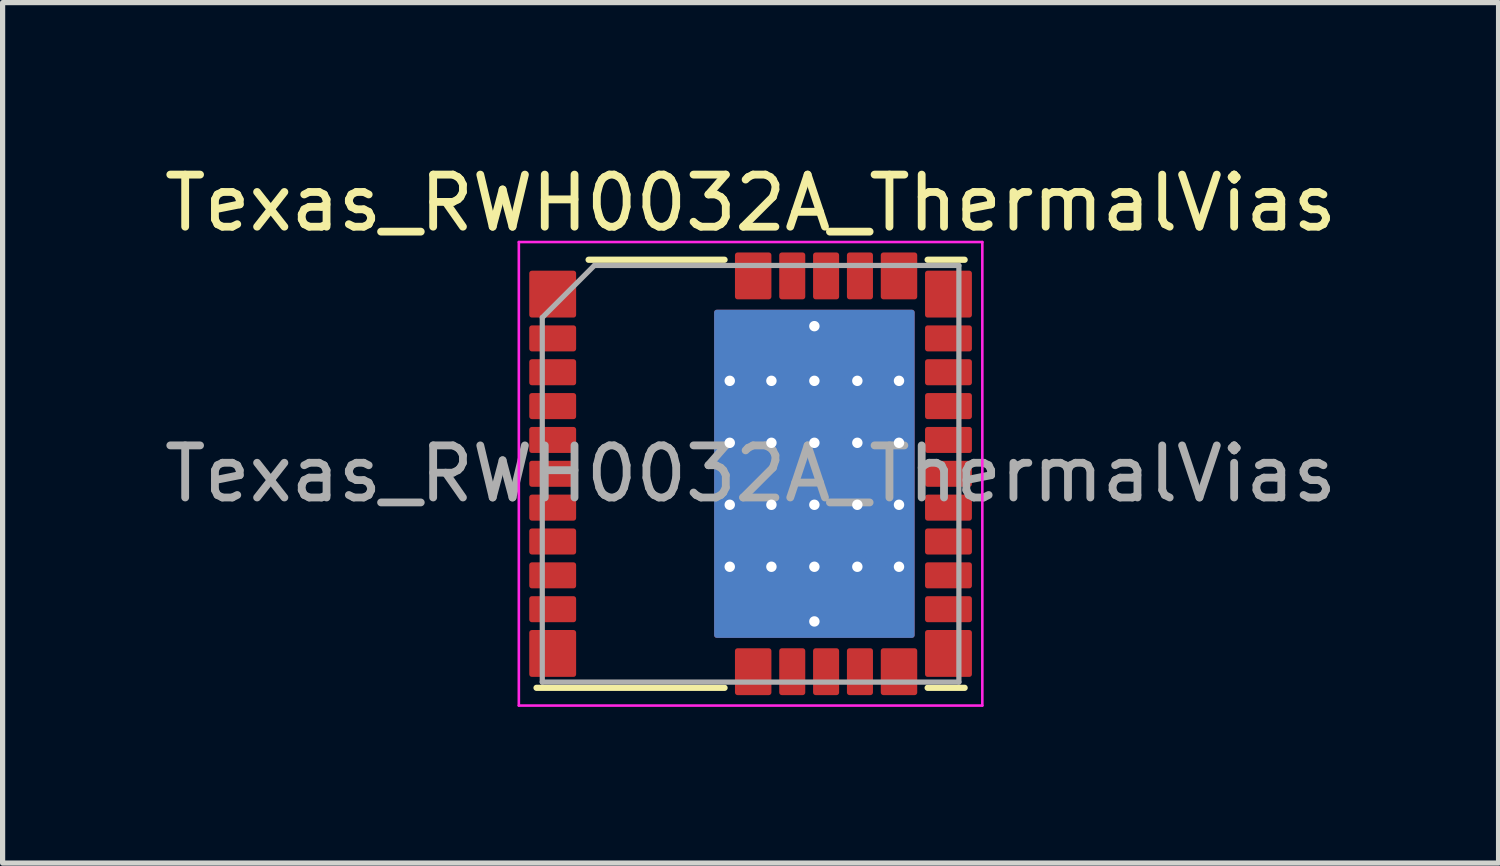
<source format=kicad_pcb>
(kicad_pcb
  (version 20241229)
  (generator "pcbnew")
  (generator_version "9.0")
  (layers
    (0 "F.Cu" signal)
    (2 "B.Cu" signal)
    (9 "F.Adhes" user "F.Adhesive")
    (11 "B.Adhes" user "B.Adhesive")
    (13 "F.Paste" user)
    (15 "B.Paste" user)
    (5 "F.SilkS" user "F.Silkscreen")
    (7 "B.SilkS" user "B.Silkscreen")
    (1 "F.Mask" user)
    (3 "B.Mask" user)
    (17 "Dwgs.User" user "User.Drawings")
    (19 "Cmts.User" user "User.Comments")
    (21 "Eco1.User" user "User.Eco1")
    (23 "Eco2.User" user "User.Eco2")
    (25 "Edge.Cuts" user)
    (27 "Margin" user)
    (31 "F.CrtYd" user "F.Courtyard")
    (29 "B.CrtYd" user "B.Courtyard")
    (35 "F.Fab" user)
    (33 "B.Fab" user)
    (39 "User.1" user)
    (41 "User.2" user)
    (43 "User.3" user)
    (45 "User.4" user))
  (footprint "Texas_RWH0032A_ThermalVias"
    (layer "F.Cu")
    (at 11.363 6.048)
    (property "Reference" "Texas_RWH0032A_ThermalVias" (at 0 -5.2 0) (layer "F.SilkS") (effects (font (size 1 1) (thickness 0.15))))
    (attr smd)
    (fp_line (start -3.11 -4.11) (end -0.5 -4.11) (stroke (width 0.12) (type solid)) (layer "F.SilkS"))
    (fp_line (start -0.5 4.11) (end -4.11 4.11) (stroke (width 0.12) (type solid)) (layer "F.SilkS"))
    (fp_line (start 3.4 -4.11) (end 4.11 -4.11) (stroke (width 0.12) (type solid)) (layer "F.SilkS"))
    (fp_line (start 4.11 4.11) (end 3.4 4.11) (stroke (width 0.12) (type solid)) (layer "F.SilkS"))
    (fp_line (start -4.45 -4.45) (end 4.45 -4.45) (stroke (width 0.05) (type solid)) (layer "F.CrtYd"))
    (fp_line (start -4.45 4.45) (end -4.45 -4.45) (stroke (width 0.05) (type solid)) (layer "F.CrtYd"))
    (fp_line (start 4.45 -4.45) (end 4.45 4.45) (stroke (width 0.05) (type solid)) (layer "F.CrtYd"))
    (fp_line (start 4.45 4.45) (end -4.45 4.45) (stroke (width 0.05) (type solid)) (layer "F.CrtYd"))
    (fp_line (start -4 4) (end -4 -3) (stroke (width 0.1) (type solid)) (layer "F.Fab"))
    (fp_line (start -3 -4) (end -4 -3) (stroke (width 0.1) (type solid)) (layer "F.Fab"))
    (fp_line (start -3 -4) (end 4 -4) (stroke (width 0.1) (type solid)) (layer "F.Fab"))
    (fp_line (start 4 -4) (end 4 4) (stroke (width 0.1) (type solid)) (layer "F.Fab"))
    (fp_line (start 4 4) (end -4 4) (stroke (width 0.1) (type solid)) (layer "F.Fab"))
    (fp_text user "${REFERENCE}" (at 0 0 0) (layer "F.Fab") (effects (font (size 1 1) (thickness 0.15))))
    (pad "" smd roundrect (at -3.8 -2.6) (size 0.76 0.4) (layers "F.Paste") (roundrect_rratio 0.125))
    (pad "" smd roundrect (at -3.8 -1.95) (size 0.76 0.4) (layers "F.Paste") (roundrect_rratio 0.125))
    (pad "" smd roundrect (at -3.8 -1.3) (size 0.76 0.4) (layers "F.Paste") (roundrect_rratio 0.125))
    (pad "" smd roundrect (at -3.8 -0.65) (size 0.76 0.4) (layers "F.Paste") (roundrect_rratio 0.125))
    (pad "" smd roundrect (at -3.8 0) (size 0.76 0.4) (layers "F.Paste") (roundrect_rratio 0.125))
    (pad "" smd roundrect (at -3.8 0.65) (size 0.76 0.4) (layers "F.Paste") (roundrect_rratio 0.125))
    (pad "" smd roundrect (at -3.8 1.3) (size 0.76 0.4) (layers "F.Paste") (roundrect_rratio 0.125))
    (pad "" smd roundrect (at -3.8 1.95) (size 0.76 0.4) (layers "F.Paste") (roundrect_rratio 0.125))
    (pad "" smd roundrect (at -3.8 2.6) (size 0.76 0.4) (layers "F.Paste") (roundrect_rratio 0.125))
    (pad "" smd roundrect (at 0.05 -3.8) (size 0.6 0.76) (layers "F.Paste") (roundrect_rratio 0.084))
    (pad "" smd roundrect (at 0.05 3.8) (size 0.6 0.76) (layers "F.Paste") (roundrect_rratio 0.084))
    (pad "" smd roundrect (at 0.325 -2.38) (size 1.6 0.99) (layers "F.Paste") (roundrect_rratio 0.051))
    (pad "" smd roundrect (at 0.325 -1.19) (size 1.6 0.99) (layers "F.Paste") (roundrect_rratio 0.051))
    (pad "" smd roundrect (at 0.325 0) (size 1.6 0.99) (layers "F.Paste") (roundrect_rratio 0.051))
    (pad "" smd roundrect (at 0.325 1.19) (size 1.6 0.99) (layers "F.Paste") (roundrect_rratio 0.051))
    (pad "" smd roundrect (at 0.325 2.38) (size 1.6 0.99) (layers "F.Paste") (roundrect_rratio 0.051))
    (pad "" smd roundrect (at 0.8 -3.8) (size 0.4 0.76) (layers "F.Paste") (roundrect_rratio 0.125))
    (pad "" smd roundrect (at 0.8 3.8) (size 0.4 0.76) (layers "F.Paste") (roundrect_rratio 0.125))
    (pad "" smd roundrect (at 1.45 -3.8) (size 0.4 0.76) (layers "F.Paste") (roundrect_rratio 0.125))
    (pad "" smd roundrect (at 1.45 3.8) (size 0.4 0.76) (layers "F.Paste") (roundrect_rratio 0.125))
    (pad "" smd roundrect (at 2.1 -3.8) (size 0.4 0.76) (layers "F.Paste") (roundrect_rratio 0.125))
    (pad "" smd roundrect (at 2.1 3.8) (size 0.4 0.76) (layers "F.Paste") (roundrect_rratio 0.125))
    (pad "" smd roundrect (at 2.125 -2.38) (size 1.6 0.99) (layers "F.Paste") (roundrect_rratio 0.051))
    (pad "" smd roundrect (at 2.125 -1.19) (size 1.6 0.99) (layers "F.Paste") (roundrect_rratio 0.051))
    (pad "" smd roundrect (at 2.125 0) (size 1.6 0.99) (layers "F.Paste") (roundrect_rratio 0.051))
    (pad "" smd roundrect (at 2.125 1.19) (size 1.6 0.99) (layers "F.Paste") (roundrect_rratio 0.051))
    (pad "" smd roundrect (at 2.125 2.38) (size 1.6 0.99) (layers "F.Paste") (roundrect_rratio 0.051))
    (pad "" smd roundrect (at 2.9 -3.8) (size 0.6 0.76) (layers "F.Paste") (roundrect_rratio 0.084))
    (pad "" smd roundrect (at 2.9 3.8) (size 0.6 0.76) (layers "F.Paste") (roundrect_rratio 0.084))
    (pad "" smd roundrect (at 3.8 -2.6) (size 0.76 0.4) (layers "F.Paste") (roundrect_rratio 0.125))
    (pad "" smd roundrect (at 3.8 -1.95) (size 0.76 0.4) (layers "F.Paste") (roundrect_rratio 0.125))
    (pad "" smd roundrect (at 3.8 -1.3) (size 0.76 0.4) (layers "F.Paste") (roundrect_rratio 0.125))
    (pad "" smd roundrect (at 3.8 -0.65) (size 0.76 0.4) (layers "F.Paste") (roundrect_rratio 0.125))
    (pad "" smd roundrect (at 3.8 0) (size 0.76 0.4) (layers "F.Paste") (roundrect_rratio 0.125))
    (pad "" smd roundrect (at 3.8 0.65) (size 0.76 0.4) (layers "F.Paste") (roundrect_rratio 0.125))
    (pad "" smd roundrect (at 3.8 1.3) (size 0.76 0.4) (layers "F.Paste") (roundrect_rratio 0.125))
    (pad "" smd roundrect (at 3.8 1.95) (size 0.76 0.4) (layers "F.Paste") (roundrect_rratio 0.125))
    (pad "" smd roundrect (at 3.8 2.6) (size 0.76 0.4) (layers "F.Paste") (roundrect_rratio 0.125))
    (pad "1" smd roundrect (at -3.8 -3.45) (size 0.9 0.9) (layers "F.Cu" "F.Mask" "F.Paste") (roundrect_rratio 0.055))
    (pad "2" smd roundrect (at -3.8 -2.6) (size 0.9 0.5) (layers "F.Cu" "F.Mask" "F.Paste") (roundrect_rratio 0.1))
    (pad "3" smd roundrect (at -3.8 -1.95) (size 0.9 0.5) (layers "F.Cu" "F.Mask" "F.Paste") (roundrect_rratio 0.1))
    (pad "4" smd roundrect (at -3.8 -1.3) (size 0.9 0.5) (layers "F.Cu" "F.Mask" "F.Paste") (roundrect_rratio 0.1))
    (pad "5" smd roundrect (at -3.8 -0.65) (size 0.9 0.5) (layers "F.Cu" "F.Mask" "F.Paste") (roundrect_rratio 0.1))
    (pad "6" smd roundrect (at -3.8 0) (size 0.9 0.5) (layers "F.Cu" "F.Mask" "F.Paste") (roundrect_rratio 0.1))
    (pad "7" smd roundrect (at -3.8 0.65) (size 0.9 0.5) (layers "F.Cu" "F.Mask" "F.Paste") (roundrect_rratio 0.1))
    (pad "8" smd roundrect (at -3.8 1.3) (size 0.9 0.5) (layers "F.Cu" "F.Mask" "F.Paste") (roundrect_rratio 0.1))
    (pad "9" smd roundrect (at -3.8 1.95) (size 0.9 0.5) (layers "F.Cu" "F.Mask" "F.Paste") (roundrect_rratio 0.1))
    (pad "10" smd roundrect (at -3.8 2.6) (size 0.9 0.5) (layers "F.Cu" "F.Mask" "F.Paste") (roundrect_rratio 0.1))
    (pad "11" smd roundrect (at -3.8 3.45) (size 0.9 0.9) (layers "F.Cu" "F.Mask" "F.Paste") (roundrect_rratio 0.055))
    (pad "12" smd roundrect (at 0.05 3.8) (size 0.7 0.9) (layers "F.Cu" "F.Mask" "F.Paste") (roundrect_rratio 0.072))
    (pad "13" smd roundrect (at 0.8 3.8) (size 0.5 0.9) (layers "F.Cu" "F.Mask" "F.Paste") (roundrect_rratio 0.1))
    (pad "14" smd roundrect (at 1.45 3.8) (size 0.5 0.9) (layers "F.Cu" "F.Mask" "F.Paste") (roundrect_rratio 0.1))
    (pad "15" smd roundrect (at 2.1 3.8) (size 0.5 0.9) (layers "F.Cu" "F.Mask" "F.Paste") (roundrect_rratio 0.1))
    (pad "16" smd roundrect (at 2.85 3.8) (size 0.7 0.9) (layers "F.Cu" "F.Mask" "F.Paste") (roundrect_rratio 0.072))
    (pad "17" smd roundrect (at 3.8 3.45) (size 0.9 0.9) (layers "F.Cu" "F.Mask" "F.Paste") (roundrect_rratio 0.055))
    (pad "18" smd roundrect (at 3.8 2.6) (size 0.9 0.5) (layers "F.Cu" "F.Mask" "F.Paste") (roundrect_rratio 0.1))
    (pad "19" smd roundrect (at 3.8 1.95) (size 0.9 0.5) (layers "F.Cu" "F.Mask" "F.Paste") (roundrect_rratio 0.1))
    (pad "20" smd roundrect (at 3.8 1.3) (size 0.9 0.5) (layers "F.Cu" "F.Mask" "F.Paste") (roundrect_rratio 0.1))
    (pad "21" smd roundrect (at 3.8 0.65) (size 0.9 0.5) (layers "F.Cu" "F.Mask" "F.Paste") (roundrect_rratio 0.1))
    (pad "22" smd roundrect (at 3.8 0) (size 0.9 0.5) (layers "F.Cu" "F.Mask" "F.Paste") (roundrect_rratio 0.1))
    (pad "23" smd roundrect (at 3.8 -0.65) (size 0.9 0.5) (layers "F.Cu" "F.Mask" "F.Paste") (roundrect_rratio 0.1))
    (pad "24" smd roundrect (at 3.8 -1.3) (size 0.9 0.5) (layers "F.Cu" "F.Mask" "F.Paste") (roundrect_rratio 0.1))
    (pad "25" smd roundrect (at 3.8 -1.95) (size 0.9 0.5) (layers "F.Cu" "F.Mask" "F.Paste") (roundrect_rratio 0.1))
    (pad "26" smd roundrect (at 3.8 -2.6) (size 0.9 0.5) (layers "F.Cu" "F.Mask" "F.Paste") (roundrect_rratio 0.1))
    (pad "27" smd roundrect (at 3.8 -3.45) (size 0.9 0.9) (layers "F.Cu" "F.Mask" "F.Paste") (roundrect_rratio 0.055))
    (pad "28" smd roundrect (at 2.85 -3.8) (size 0.7 0.9) (layers "F.Cu" "F.Mask" "F.Paste") (roundrect_rratio 0.072))
    (pad "29" smd roundrect (at 2.1 -3.8) (size 0.5 0.9) (layers "F.Cu" "F.Mask" "F.Paste") (roundrect_rratio 0.1))
    (pad "30" smd roundrect (at 1.45 -3.8) (size 0.5 0.9) (layers "F.Cu" "F.Mask" "F.Paste") (roundrect_rratio 0.1))
    (pad "31" smd roundrect (at 0.8 -3.8) (size 0.5 0.9) (layers "F.Cu" "F.Mask" "F.Paste") (roundrect_rratio 0.1))
    (pad "32" smd roundrect (at 0.05 -3.8) (size 0.7 0.9) (layers "F.Cu" "F.Mask" "F.Paste") (roundrect_rratio 0.072))
    (pad "33" thru_hole circle (at -0.4 -1.785) (size 0.5 0.5) (drill 0.2) (layers "*.Cu"))
    (pad "33" thru_hole circle (at -0.4 -0.595) (size 0.5 0.5) (drill 0.2) (layers "*.Cu"))
    (pad "33" thru_hole circle (at -0.4 0.595) (size 0.5 0.5) (drill 0.2) (layers "*.Cu"))
    (pad "33" thru_hole circle (at -0.4 1.785) (size 0.5 0.5) (drill 0.2) (layers "*.Cu"))
    (pad "33" thru_hole circle (at 0.4 -1.785) (size 0.5 0.5) (drill 0.2) (layers "*.Cu"))
    (pad "33" thru_hole circle (at 0.4 -0.595) (size 0.5 0.5) (drill 0.2) (layers "*.Cu"))
    (pad "33" thru_hole circle (at 0.4 0.595) (size 0.5 0.5) (drill 0.2) (layers "*.Cu"))
    (pad "33" thru_hole circle (at 0.4 1.785) (size 0.5 0.5) (drill 0.2) (layers "*.Cu"))
    (pad "33" thru_hole circle (at 1.225 -2.835) (size 0.5 0.5) (drill 0.2) (layers "*.Cu"))
    (pad "33" thru_hole circle (at 1.225 -1.785) (size 0.5 0.5) (drill 0.2) (layers "*.Cu"))
    (pad "33" thru_hole circle (at 1.225 -0.595) (size 0.5 0.5) (drill 0.2) (layers "*.Cu"))
    (pad "33" smd roundrect (at 1.225 0) (size 3.85 6.3) (layers "F.Cu" "F.Mask") (roundrect_rratio 0.013))
    (pad "33" smd roundrect (at 1.225 0) (size 3.85 6.3) (layers "B.Cu") (roundrect_rratio 0.013))
    (pad "33" thru_hole circle (at 1.225 0.595) (size 0.5 0.5) (drill 0.2) (layers "*.Cu"))
    (pad "33" thru_hole circle (at 1.225 1.785) (size 0.5 0.5) (drill 0.2) (layers "*.Cu"))
    (pad "33" thru_hole circle (at 1.225 2.835) (size 0.5 0.5) (drill 0.2) (layers "*.Cu"))
    (pad "33" thru_hole circle (at 2.05 -1.785) (size 0.5 0.5) (drill 0.2) (layers "*.Cu"))
    (pad "33" thru_hole circle (at 2.05 -0.595) (size 0.5 0.5) (drill 0.2) (layers "*.Cu"))
    (pad "33" thru_hole circle (at 2.05 0.595) (size 0.5 0.5) (drill 0.2) (layers "*.Cu"))
    (pad "33" thru_hole circle (at 2.05 1.785) (size 0.5 0.5) (drill 0.2) (layers "*.Cu"))
    (pad "33" thru_hole circle (at 2.85 -1.785) (size 0.5 0.5) (drill 0.2) (layers "*.Cu"))
    (pad "33" thru_hole circle (at 2.85 -0.595) (size 0.5 0.5) (drill 0.2) (layers "*.Cu"))
    (pad "33" thru_hole circle (at 2.85 0.595) (size 0.5 0.5) (drill 0.2) (layers "*.Cu"))
    (pad "33" thru_hole circle (at 2.85 1.785) (size 0.5 0.5) (drill 0.2) (layers "*.Cu")))
  (gr_rect
    (start -3 -3)
    (end 25.726 13.523)
    (stroke (width 0.1) (type default))
    (fill no)
    (layer "Edge.Cuts")))
</source>
